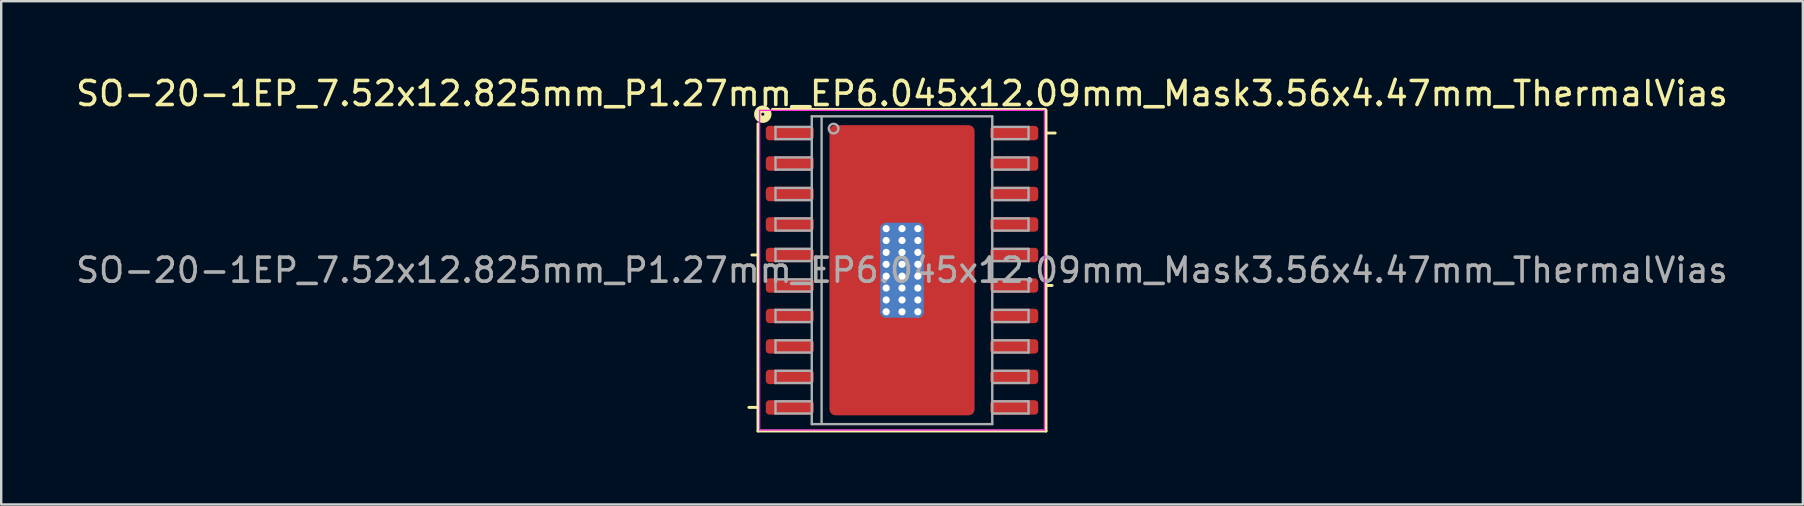
<source format=kicad_pcb>
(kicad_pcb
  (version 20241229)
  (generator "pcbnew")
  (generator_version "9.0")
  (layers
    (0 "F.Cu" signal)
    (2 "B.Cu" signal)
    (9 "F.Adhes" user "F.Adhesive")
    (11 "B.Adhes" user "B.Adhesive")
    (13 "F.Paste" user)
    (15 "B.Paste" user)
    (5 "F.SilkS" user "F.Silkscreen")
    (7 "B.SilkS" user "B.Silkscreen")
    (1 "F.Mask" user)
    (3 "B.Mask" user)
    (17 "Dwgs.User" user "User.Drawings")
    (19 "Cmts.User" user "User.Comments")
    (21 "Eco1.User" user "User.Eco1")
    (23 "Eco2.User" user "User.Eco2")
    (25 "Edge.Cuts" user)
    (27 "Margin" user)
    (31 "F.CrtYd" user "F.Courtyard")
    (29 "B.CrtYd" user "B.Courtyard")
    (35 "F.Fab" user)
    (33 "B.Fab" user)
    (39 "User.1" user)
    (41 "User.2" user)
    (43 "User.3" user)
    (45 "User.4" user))
  (footprint "SO-20-1EP_7.52x12.825mm_P1.27mm_EP6.045x12.09mm_Mask3.56x4.47mm_ThermalVias"
    (layer "F.Cu")
    (at 34.53 8.208)
    (property "Reference" "SO-20-1EP_7.52x12.825mm_P1.27mm_EP6.045x12.09mm_Mask3.56x4.47mm_ThermalVias" (at 0 -7.36 0) (layer "F.SilkS") (effects (font (size 1 1) (thickness 0.15))))
    (attr smd)
    (fp_line (start -6 -6.096) (end -6 6.7) (stroke (width 0.12) (type solid)) (layer "F.SilkS"))
    (fp_line (start -6 -0.635) (end -6.254 -0.635) (stroke (width 0.12) (type solid)) (layer "F.SilkS"))
    (fp_line (start -6 5.715) (end -6.381 5.715) (stroke (width 0.12) (type solid)) (layer "F.SilkS"))
    (fp_line (start -6 6.7) (end 6 6.7) (stroke (width 0.12) (type solid)) (layer "F.SilkS"))
    (fp_line (start 5.969 -6.7) (end -5.397 -6.7) (stroke (width 0.12) (type solid)) (layer "F.SilkS"))
    (fp_line (start 6 -5.715) (end 6.381 -5.715) (stroke (width 0.12) (type solid)) (layer "F.SilkS"))
    (fp_line (start 6 0.635) (end 6.254 0.635) (stroke (width 0.12) (type solid)) (layer "F.SilkS"))
    (fp_line (start 6 6.7) (end 6 -6.668) (stroke (width 0.12) (type solid)) (layer "F.SilkS"))
    (fp_circle (center -5.8 -6.5) (end -5.737 -6.5) (stroke (width 0.3) (type solid)) (fill no) (layer "F.SilkS"))
    (fp_line (start -5.93 -6.66) (end -5.93 6.66) (stroke (width 0.05) (type solid)) (layer "F.CrtYd"))
    (fp_line (start -5.93 6.66) (end 5.93 6.66) (stroke (width 0.05) (type solid)) (layer "F.CrtYd"))
    (fp_line (start 5.93 -6.66) (end -5.93 -6.66) (stroke (width 0.05) (type solid)) (layer "F.CrtYd"))
    (fp_line (start 5.93 6.66) (end 5.93 -6.66) (stroke (width 0.05) (type solid)) (layer "F.CrtYd"))
    (fp_line (start -5.271 -5.969) (end -5.271 -5.461) (stroke (width 0.1) (type solid)) (layer "F.Fab"))
    (fp_line (start -5.271 -5.969) (end -3.81 -5.969) (stroke (width 0.1) (type solid)) (layer "F.Fab"))
    (fp_line (start -5.271 -5.461) (end -3.81 -5.461) (stroke (width 0.1) (type solid)) (layer "F.Fab"))
    (fp_line (start -5.271 -4.699) (end -5.271 -4.191) (stroke (width 0.1) (type solid)) (layer "F.Fab"))
    (fp_line (start -5.271 -4.699) (end -3.81 -4.699) (stroke (width 0.1) (type solid)) (layer "F.Fab"))
    (fp_line (start -5.271 -4.191) (end -3.81 -4.191) (stroke (width 0.1) (type solid)) (layer "F.Fab"))
    (fp_line (start -5.271 -3.429) (end -5.271 -2.921) (stroke (width 0.1) (type solid)) (layer "F.Fab"))
    (fp_line (start -5.271 -3.429) (end -3.81 -3.429) (stroke (width 0.1) (type solid)) (layer "F.Fab"))
    (fp_line (start -5.271 -2.921) (end -3.81 -2.921) (stroke (width 0.1) (type solid)) (layer "F.Fab"))
    (fp_line (start -5.271 -2.159) (end -5.271 -1.651) (stroke (width 0.1) (type solid)) (layer "F.Fab"))
    (fp_line (start -5.271 -2.159) (end -3.81 -2.159) (stroke (width 0.1) (type solid)) (layer "F.Fab"))
    (fp_line (start -5.271 -1.651) (end -3.81 -1.651) (stroke (width 0.1) (type solid)) (layer "F.Fab"))
    (fp_line (start -5.271 -0.889) (end -5.271 -0.381) (stroke (width 0.1) (type solid)) (layer "F.Fab"))
    (fp_line (start -5.271 -0.889) (end -3.81 -0.889) (stroke (width 0.1) (type solid)) (layer "F.Fab"))
    (fp_line (start -5.271 -0.381) (end -3.81 -0.381) (stroke (width 0.1) (type solid)) (layer "F.Fab"))
    (fp_line (start -5.271 0.381) (end -5.271 0.889) (stroke (width 0.1) (type solid)) (layer "F.Fab"))
    (fp_line (start -5.271 0.381) (end -3.81 0.381) (stroke (width 0.1) (type solid)) (layer "F.Fab"))
    (fp_line (start -5.271 0.889) (end -3.81 0.889) (stroke (width 0.1) (type solid)) (layer "F.Fab"))
    (fp_line (start -5.271 1.651) (end -5.271 2.159) (stroke (width 0.1) (type solid)) (layer "F.Fab"))
    (fp_line (start -5.271 1.651) (end -3.81 1.651) (stroke (width 0.1) (type solid)) (layer "F.Fab"))
    (fp_line (start -5.271 2.159) (end -3.81 2.159) (stroke (width 0.1) (type solid)) (layer "F.Fab"))
    (fp_line (start -5.271 2.921) (end -5.271 3.429) (stroke (width 0.1) (type solid)) (layer "F.Fab"))
    (fp_line (start -5.271 2.921) (end -3.81 2.921) (stroke (width 0.1) (type solid)) (layer "F.Fab"))
    (fp_line (start -5.271 3.429) (end -3.81 3.429) (stroke (width 0.1) (type solid)) (layer "F.Fab"))
    (fp_line (start -5.271 4.191) (end -5.271 4.699) (stroke (width 0.1) (type solid)) (layer "F.Fab"))
    (fp_line (start -5.271 4.191) (end -3.81 4.191) (stroke (width 0.1) (type solid)) (layer "F.Fab"))
    (fp_line (start -5.271 4.699) (end -3.81 4.699) (stroke (width 0.1) (type solid)) (layer "F.Fab"))
    (fp_line (start -5.271 5.461) (end -5.271 5.969) (stroke (width 0.1) (type solid)) (layer "F.Fab"))
    (fp_line (start -5.271 5.461) (end -3.81 5.461) (stroke (width 0.1) (type solid)) (layer "F.Fab"))
    (fp_line (start -5.271 5.969) (end -3.81 5.969) (stroke (width 0.1) (type solid)) (layer "F.Fab"))
    (fp_line (start -3.76 -6.412) (end 3.76 -6.412) (stroke (width 0.1) (type solid)) (layer "F.Fab"))
    (fp_line (start -3.76 6.412) (end -3.76 -6.412) (stroke (width 0.1) (type solid)) (layer "F.Fab"))
    (fp_line (start -3.35 -6.4) (end -3.35 6.4) (stroke (width 0.1) (type solid)) (layer "F.Fab"))
    (fp_line (start 3.76 -6.412) (end 3.76 6.412) (stroke (width 0.1) (type solid)) (layer "F.Fab"))
    (fp_line (start 3.76 6.412) (end -3.76 6.412) (stroke (width 0.1) (type solid)) (layer "F.Fab"))
    (fp_line (start 5.271 -5.969) (end 3.81 -5.969) (stroke (width 0.1) (type solid)) (layer "F.Fab"))
    (fp_line (start 5.271 -5.461) (end 3.81 -5.461) (stroke (width 0.1) (type solid)) (layer "F.Fab"))
    (fp_line (start 5.271 -5.461) (end 5.271 -5.969) (stroke (width 0.1) (type solid)) (layer "F.Fab"))
    (fp_line (start 5.271 -4.699) (end 3.81 -4.699) (stroke (width 0.1) (type solid)) (layer "F.Fab"))
    (fp_line (start 5.271 -4.191) (end 3.81 -4.191) (stroke (width 0.1) (type solid)) (layer "F.Fab"))
    (fp_line (start 5.271 -4.191) (end 5.271 -4.699) (stroke (width 0.1) (type solid)) (layer "F.Fab"))
    (fp_line (start 5.271 -3.429) (end 3.81 -3.429) (stroke (width 0.1) (type solid)) (layer "F.Fab"))
    (fp_line (start 5.271 -2.921) (end 3.81 -2.921) (stroke (width 0.1) (type solid)) (layer "F.Fab"))
    (fp_line (start 5.271 -2.921) (end 5.271 -3.429) (stroke (width 0.1) (type solid)) (layer "F.Fab"))
    (fp_line (start 5.271 -2.159) (end 3.81 -2.159) (stroke (width 0.1) (type solid)) (layer "F.Fab"))
    (fp_line (start 5.271 -1.651) (end 3.81 -1.651) (stroke (width 0.1) (type solid)) (layer "F.Fab"))
    (fp_line (start 5.271 -1.651) (end 5.271 -2.159) (stroke (width 0.1) (type solid)) (layer "F.Fab"))
    (fp_line (start 5.271 -0.889) (end 3.81 -0.889) (stroke (width 0.1) (type solid)) (layer "F.Fab"))
    (fp_line (start 5.271 -0.381) (end 3.81 -0.381) (stroke (width 0.1) (type solid)) (layer "F.Fab"))
    (fp_line (start 5.271 -0.381) (end 5.271 -0.889) (stroke (width 0.1) (type solid)) (layer "F.Fab"))
    (fp_line (start 5.271 0.381) (end 3.81 0.381) (stroke (width 0.1) (type solid)) (layer "F.Fab"))
    (fp_line (start 5.271 0.889) (end 3.81 0.889) (stroke (width 0.1) (type solid)) (layer "F.Fab"))
    (fp_line (start 5.271 0.889) (end 5.271 0.381) (stroke (width 0.1) (type solid)) (layer "F.Fab"))
    (fp_line (start 5.271 1.651) (end 3.81 1.651) (stroke (width 0.1) (type solid)) (layer "F.Fab"))
    (fp_line (start 5.271 2.159) (end 3.81 2.159) (stroke (width 0.1) (type solid)) (layer "F.Fab"))
    (fp_line (start 5.271 2.159) (end 5.271 1.651) (stroke (width 0.1) (type solid)) (layer "F.Fab"))
    (fp_line (start 5.271 2.921) (end 3.81 2.921) (stroke (width 0.1) (type solid)) (layer "F.Fab"))
    (fp_line (start 5.271 3.429) (end 3.81 3.429) (stroke (width 0.1) (type solid)) (layer "F.Fab"))
    (fp_line (start 5.271 3.429) (end 5.271 2.921) (stroke (width 0.1) (type solid)) (layer "F.Fab"))
    (fp_line (start 5.271 4.191) (end 3.81 4.191) (stroke (width 0.1) (type solid)) (layer "F.Fab"))
    (fp_line (start 5.271 4.699) (end 3.81 4.699) (stroke (width 0.1) (type solid)) (layer "F.Fab"))
    (fp_line (start 5.271 4.699) (end 5.271 4.191) (stroke (width 0.1) (type solid)) (layer "F.Fab"))
    (fp_line (start 5.271 5.461) (end 3.81 5.461) (stroke (width 0.1) (type solid)) (layer "F.Fab"))
    (fp_line (start 5.271 5.969) (end 3.81 5.969) (stroke (width 0.1) (type solid)) (layer "F.Fab"))
    (fp_line (start 5.271 5.969) (end 5.271 5.461) (stroke (width 0.1) (type solid)) (layer "F.Fab"))
    (fp_circle (center -2.85 -5.9) (end -2.65 -5.9) (stroke (width 0.1) (type solid)) (fill no) (layer "F.Fab"))
    (fp_text user "${REFERENCE}" (at 0 0 0) (layer "F.Fab") (effects (font (size 1 1) (thickness 0.15))))
    (pad "" smd roundrect (at -0.89 -1.115) (size 1.54 1.94) (layers "F.Paste") (roundrect_rratio 0.162))
    (pad "" smd roundrect (at -0.89 1.115) (size 1.54 1.94) (layers "F.Paste") (roundrect_rratio 0.162))
    (pad "" smd roundrect (at 0 0) (size 3.56 4.47) (layers "F.Mask") (roundrect_rratio 0.069))
    (pad "" smd roundrect (at 0.89 -1.115) (size 1.54 1.94) (layers "F.Paste") (roundrect_rratio 0.162))
    (pad "" smd roundrect (at 0.89 1.115) (size 1.54 1.94) (layers "F.Paste") (roundrect_rratio 0.162))
    (pad "1" smd roundrect (at -4.675 -5.715) (size 2 0.6) (layers "F.Cu" "F.Mask" "F.Paste") (roundrect_rratio 0.25))
    (pad "2" smd roundrect (at -4.675 -4.445) (size 2 0.6) (layers "F.Cu" "F.Mask" "F.Paste") (roundrect_rratio 0.25))
    (pad "3" smd roundrect (at -4.675 -3.175) (size 2 0.6) (layers "F.Cu" "F.Mask" "F.Paste") (roundrect_rratio 0.25))
    (pad "4" smd roundrect (at -4.675 -1.905) (size 2 0.6) (layers "F.Cu" "F.Mask" "F.Paste") (roundrect_rratio 0.25))
    (pad "5" smd roundrect (at -4.675 -0.635) (size 2 0.6) (layers "F.Cu" "F.Mask" "F.Paste") (roundrect_rratio 0.25))
    (pad "6" smd roundrect (at -4.675 0.635) (size 2 0.6) (layers "F.Cu" "F.Mask" "F.Paste") (roundrect_rratio 0.25))
    (pad "7" smd roundrect (at -4.675 1.905) (size 2 0.6) (layers "F.Cu" "F.Mask" "F.Paste") (roundrect_rratio 0.25))
    (pad "8" smd roundrect (at -4.675 3.175) (size 2 0.6) (layers "F.Cu" "F.Mask" "F.Paste") (roundrect_rratio 0.25))
    (pad "9" smd roundrect (at -4.675 4.445) (size 2 0.6) (layers "F.Cu" "F.Mask" "F.Paste") (roundrect_rratio 0.25))
    (pad "10" smd roundrect (at -4.675 5.715) (size 2 0.6) (layers "F.Cu" "F.Mask" "F.Paste") (roundrect_rratio 0.25))
    (pad "11" smd roundrect (at 4.675 5.715) (size 2 0.6) (layers "F.Cu" "F.Mask" "F.Paste") (roundrect_rratio 0.25))
    (pad "12" smd roundrect (at 4.675 4.445) (size 2 0.6) (layers "F.Cu" "F.Mask" "F.Paste") (roundrect_rratio 0.25))
    (pad "13" smd roundrect (at 4.675 3.175) (size 2 0.6) (layers "F.Cu" "F.Mask" "F.Paste") (roundrect_rratio 0.25))
    (pad "14" smd roundrect (at 4.675 1.905) (size 2 0.6) (layers "F.Cu" "F.Mask" "F.Paste") (roundrect_rratio 0.25))
    (pad "15" smd roundrect (at 4.675 0.635) (size 2 0.6) (layers "F.Cu" "F.Mask" "F.Paste") (roundrect_rratio 0.25))
    (pad "16" smd roundrect (at 4.675 -0.635) (size 2 0.6) (layers "F.Cu" "F.Mask" "F.Paste") (roundrect_rratio 0.25))
    (pad "17" smd roundrect (at 4.675 -1.905) (size 2 0.6) (layers "F.Cu" "F.Mask" "F.Paste") (roundrect_rratio 0.25))
    (pad "18" smd roundrect (at 4.675 -3.175) (size 2 0.6) (layers "F.Cu" "F.Mask" "F.Paste") (roundrect_rratio 0.25))
    (pad "19" smd roundrect (at 4.675 -4.445) (size 2 0.6) (layers "F.Cu" "F.Mask" "F.Paste") (roundrect_rratio 0.25))
    (pad "20" smd roundrect (at 4.675 -5.715) (size 2 0.6) (layers "F.Cu" "F.Mask" "F.Paste") (roundrect_rratio 0.25))
    (pad "21" thru_hole circle (at -0.66 -1.732) (size 0.49 0.49) (drill 0.3) (property pad_prop_heatsink) (layers "*.Cu"))
    (pad "21" thru_hole circle (at -0.66 -1.238) (size 0.49 0.49) (drill 0.3) (property pad_prop_heatsink) (layers "*.Cu"))
    (pad "21" thru_hole circle (at -0.66 -0.743) (size 0.49 0.49) (drill 0.3) (property pad_prop_heatsink) (layers "*.Cu"))
    (pad "21" thru_hole circle (at -0.66 -0.247) (size 0.49 0.49) (drill 0.3) (property pad_prop_heatsink) (layers "*.Cu"))
    (pad "21" thru_hole circle (at -0.66 0.247) (size 0.49 0.49) (drill 0.3) (property pad_prop_heatsink) (layers "*.Cu"))
    (pad "21" thru_hole circle (at -0.66 0.743) (size 0.49 0.49) (drill 0.3) (property pad_prop_heatsink) (layers "*.Cu"))
    (pad "21" thru_hole circle (at -0.66 1.238) (size 0.49 0.49) (drill 0.3) (property pad_prop_heatsink) (layers "*.Cu"))
    (pad "21" thru_hole circle (at -0.66 1.732) (size 0.49 0.49) (drill 0.3) (property pad_prop_heatsink) (layers "*.Cu"))
    (pad "21" thru_hole circle (at 0 -1.732) (size 0.49 0.49) (drill 0.3) (property pad_prop_heatsink) (layers "*.Cu"))
    (pad "21" thru_hole circle (at 0 -1.238) (size 0.49 0.49) (drill 0.3) (property pad_prop_heatsink) (layers "*.Cu"))
    (pad "21" thru_hole circle (at 0 -0.743) (size 0.49 0.49) (drill 0.3) (property pad_prop_heatsink) (layers "*.Cu"))
    (pad "21" thru_hole circle (at 0 -0.247) (size 0.49 0.49) (drill 0.3) (property pad_prop_heatsink) (layers "*.Cu"))
    (pad "21" smd roundrect (at 0 0) (size 1.81 3.955) (layers "B.Cu" "B.Mask") (roundrect_rratio 0.135))
    (pad "21" smd roundrect (at 0 0) (size 6.045 12.09) (layers "F.Cu") (roundrect_rratio 0.041))
    (pad "21" thru_hole circle (at 0 0.247) (size 0.49 0.49) (drill 0.3) (property pad_prop_heatsink) (layers "*.Cu"))
    (pad "21" thru_hole circle (at 0 0.743) (size 0.49 0.49) (drill 0.3) (property pad_prop_heatsink) (layers "*.Cu"))
    (pad "21" thru_hole circle (at 0 1.238) (size 0.49 0.49) (drill 0.3) (property pad_prop_heatsink) (layers "*.Cu"))
    (pad "21" thru_hole circle (at 0 1.732) (size 0.49 0.49) (drill 0.3) (property pad_prop_heatsink) (layers "*.Cu"))
    (pad "21" thru_hole circle (at 0.66 -1.732) (size 0.49 0.49) (drill 0.3) (property pad_prop_heatsink) (layers "*.Cu"))
    (pad "21" thru_hole circle (at 0.66 -1.238) (size 0.49 0.49) (drill 0.3) (property pad_prop_heatsink) (layers "*.Cu"))
    (pad "21" thru_hole circle (at 0.66 -0.743) (size 0.49 0.49) (drill 0.3) (property pad_prop_heatsink) (layers "*.Cu"))
    (pad "21" thru_hole circle (at 0.66 -0.247) (size 0.49 0.49) (drill 0.3) (property pad_prop_heatsink) (layers "*.Cu"))
    (pad "21" thru_hole circle (at 0.66 0.247) (size 0.49 0.49) (drill 0.3) (property pad_prop_heatsink) (layers "*.Cu"))
    (pad "21" thru_hole circle (at 0.66 0.743) (size 0.49 0.49) (drill 0.3) (property pad_prop_heatsink) (layers "*.Cu"))
    (pad "21" thru_hole circle (at 0.66 1.238) (size 0.49 0.49) (drill 0.3) (property pad_prop_heatsink) (layers "*.Cu"))
    (pad "21" thru_hole circle (at 0.66 1.732) (size 0.49 0.49) (drill 0.3) (property pad_prop_heatsink) (layers "*.Cu")))
  (gr_rect
    (start -3 -3)
    (end 72.06 17.968)
    (stroke (width 0.1) (type default))
    (fill no)
    (layer "Edge.Cuts")))
</source>
